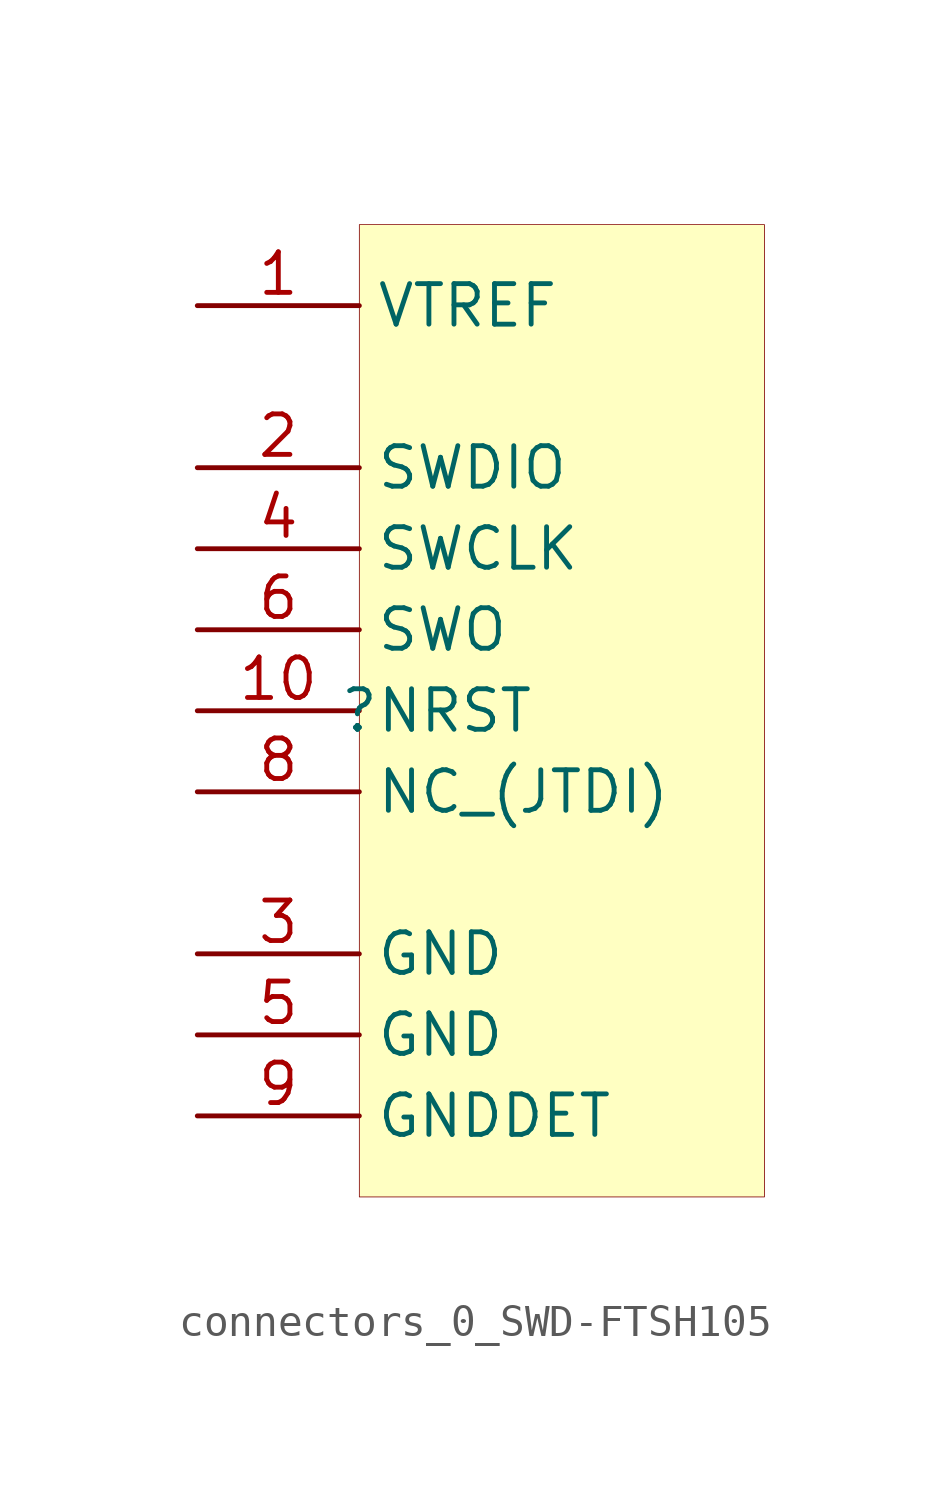
<source format=kicad_sym>
(kicad_symbol_lib
  (version 20231120)
  (generator "kicad_symbol_editor")
  (generator_version "7.99")
  (symbol "connectors_0_SWD-FTSH105"
    (property "Reference" ""
      (at 0 0 0)
      (effects (font (size 1.27 1.27))))
    (property "Value" ""
      (at 0 0 0)
      (effects (font (size 1.27 1.27))))
    (symbol "connectors_0_SWD-FTSH105_1_0"
      (rectangle (start 12.7 15.24) (end 0 -15.24) (stroke (width 0.025) (type solid) (color 128 0 0 1)) (fill (type background)))
      (pin passive line (at -5.08 12.7 0) (length 5.08) (name "VTREF" (effects (font (size 1.27 1.27)))) (number "1" (effects (font (size 1.27 1.27)))))
      (pin passive line (at -5.08 0 0) (length 5.08) (name "NRST" (effects (font (size 1.27 1.27)))) (number "10" (effects (font (size 1.27 1.27)))))
      (pin passive line (at -5.08 7.62 0) (length 5.08) (name "SWDIO" (effects (font (size 1.27 1.27)))) (number "2" (effects (font (size 1.27 1.27)))))
      (pin passive line (at -5.08 -7.62 0) (length 5.08) (name "GND" (effects (font (size 1.27 1.27)))) (number "3" (effects (font (size 1.27 1.27)))))
      (pin passive line (at -5.08 5.08 0) (length 5.08) (name "SWCLK" (effects (font (size 1.27 1.27)))) (number "4" (effects (font (size 1.27 1.27)))))
      (pin passive line (at -5.08 -10.16 0) (length 5.08) (name "GND" (effects (font (size 1.27 1.27)))) (number "5" (effects (font (size 1.27 1.27)))))
      (pin passive line (at -5.08 2.54 0) (length 5.08) (name "SWO" (effects (font (size 1.27 1.27)))) (number "6" (effects (font (size 1.27 1.27)))))
      (pin passive line (at -5.08 -2.54 0) (length 5.08) (name "NC_(JTDI)" (effects (font (size 1.27 1.27)))) (number "8" (effects (font (size 1.27 1.27)))))
      (pin passive line (at -5.08 -12.7 0) (length 5.08) (name "GNDDET" (effects (font (size 1.27 1.27)))) (number "9" (effects (font (size 1.27 1.27))))))))
</source>
